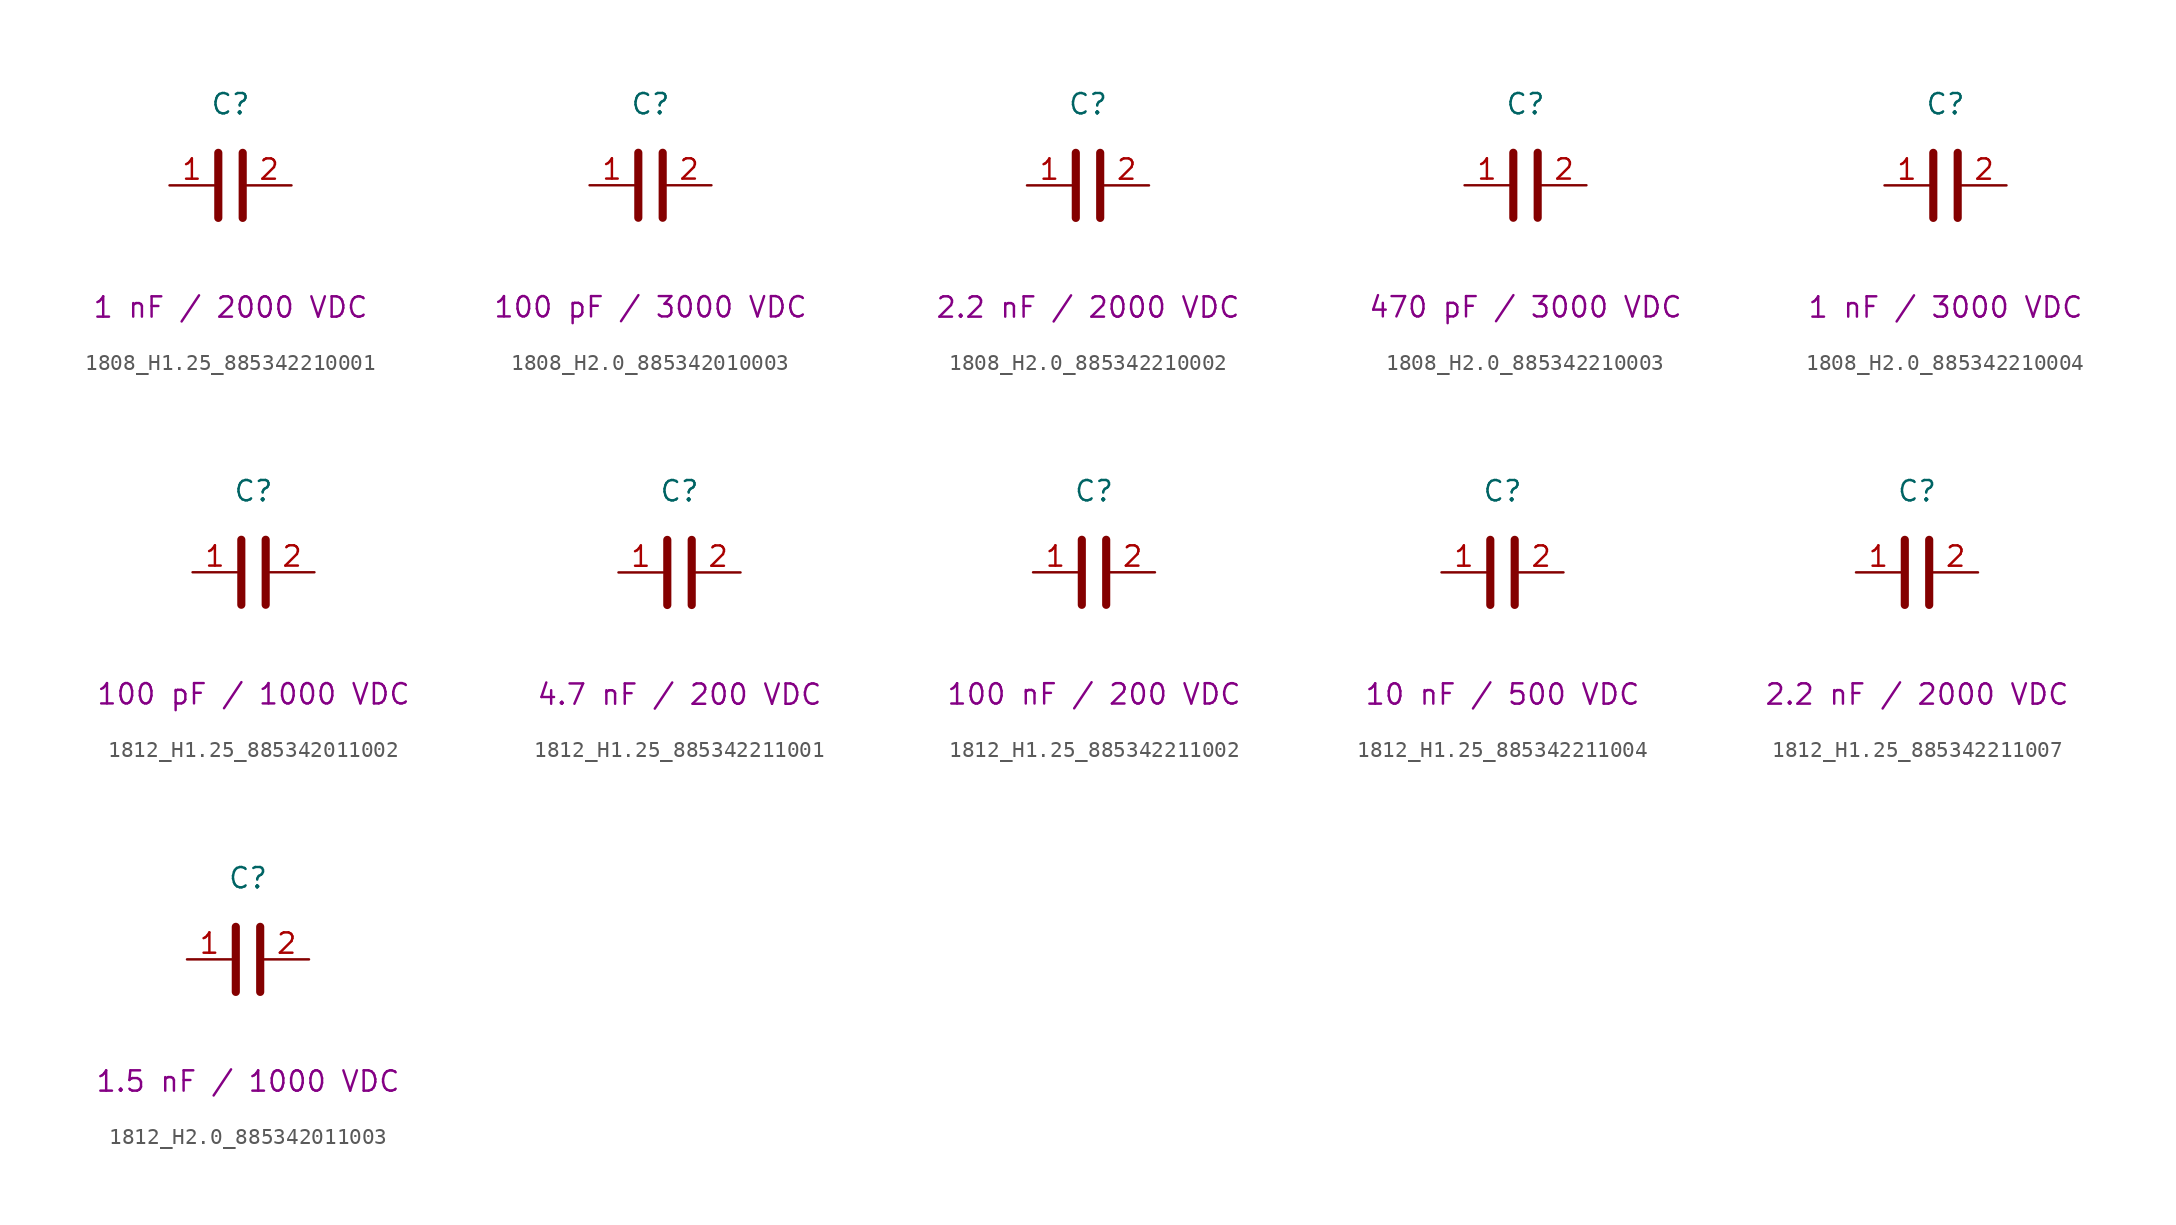
<source format=kicad_sym>
(kicad_symbol_lib
  (version 20220914)
  (generator kicad_symbol_editor)
  (symbol "1808_H1.25_885342210001"
    (pin_names hide)
    (property "Reference" "C"
      (at 0 5.08 0)
      (effects (font (size 1.27 1.27))))
    (property "Critical Parameter" "1 nF / 2000 VDC"
      (at 0 -7.62 0)
      (effects (font (size 1.27 1.27))))
    (symbol "1808_H1.25_885342210001_0_1"
      (polyline (pts (xy -0.762 -2.032) (xy -0.762 2.032)) (stroke (width 0.508) (type default)) (fill (type none)))
      (polyline (pts (xy 0.762 -2.032) (xy 0.762 2.032)) (stroke (width 0.508) (type default)) (fill (type none))))
    (symbol "1808_H1.25_885342210001_1_1"
      (pin passive line (at -3.81 0 0) (length 2.794) (name "1" (effects (font (size 1.27 1.27)))) (number "1" (effects (font (size 1.27 1.27)))))
      (pin passive line (at 3.81 0 180) (length 2.794) (name "2" (effects (font (size 1.27 1.27)))) (number "2" (effects (font (size 1.27 1.27)))))))
  (symbol "1808_H2.0_885342010003"
    (pin_names hide)
    (property "Reference" "C"
      (at 0 5.08 0)
      (effects (font (size 1.27 1.27))))
    (property "Critical Parameter" "100 pF / 3000 VDC"
      (at 0 -7.62 0)
      (effects (font (size 1.27 1.27))))
    (symbol "1808_H2.0_885342010003_0_1"
      (polyline (pts (xy -0.762 -2.032) (xy -0.762 2.032)) (stroke (width 0.508) (type default)) (fill (type none)))
      (polyline (pts (xy 0.762 -2.032) (xy 0.762 2.032)) (stroke (width 0.508) (type default)) (fill (type none))))
    (symbol "1808_H2.0_885342010003_1_1"
      (pin passive line (at -3.81 0 0) (length 2.794) (name "1" (effects (font (size 1.27 1.27)))) (number "1" (effects (font (size 1.27 1.27)))))
      (pin passive line (at 3.81 0 180) (length 2.794) (name "2" (effects (font (size 1.27 1.27)))) (number "2" (effects (font (size 1.27 1.27)))))))
  (symbol "1808_H2.0_885342210002"
    (pin_names hide)
    (property "Reference" "C"
      (at 0 5.08 0)
      (effects (font (size 1.27 1.27))))
    (property "Critical Parameter" "2.2 nF / 2000 VDC"
      (at 0 -7.62 0)
      (effects (font (size 1.27 1.27))))
    (symbol "1808_H2.0_885342210002_0_1"
      (polyline (pts (xy -0.762 -2.032) (xy -0.762 2.032)) (stroke (width 0.508) (type default)) (fill (type none)))
      (polyline (pts (xy 0.762 -2.032) (xy 0.762 2.032)) (stroke (width 0.508) (type default)) (fill (type none))))
    (symbol "1808_H2.0_885342210002_1_1"
      (pin passive line (at -3.81 0 0) (length 2.794) (name "1" (effects (font (size 1.27 1.27)))) (number "1" (effects (font (size 1.27 1.27)))))
      (pin passive line (at 3.81 0 180) (length 2.794) (name "2" (effects (font (size 1.27 1.27)))) (number "2" (effects (font (size 1.27 1.27)))))))
  (symbol "1808_H2.0_885342210003"
    (pin_names hide)
    (property "Reference" "C"
      (at 0 5.08 0)
      (effects (font (size 1.27 1.27))))
    (property "Critical Parameter" "470 pF / 3000 VDC"
      (at 0 -7.62 0)
      (effects (font (size 1.27 1.27))))
    (symbol "1808_H2.0_885342210003_0_1"
      (polyline (pts (xy -0.762 -2.032) (xy -0.762 2.032)) (stroke (width 0.508) (type default)) (fill (type none)))
      (polyline (pts (xy 0.762 -2.032) (xy 0.762 2.032)) (stroke (width 0.508) (type default)) (fill (type none))))
    (symbol "1808_H2.0_885342210003_1_1"
      (pin passive line (at -3.81 0 0) (length 2.794) (name "1" (effects (font (size 1.27 1.27)))) (number "1" (effects (font (size 1.27 1.27)))))
      (pin passive line (at 3.81 0 180) (length 2.794) (name "2" (effects (font (size 1.27 1.27)))) (number "2" (effects (font (size 1.27 1.27)))))))
  (symbol "1808_H2.0_885342210004"
    (pin_names hide)
    (property "Reference" "C"
      (at 0 5.08 0)
      (effects (font (size 1.27 1.27))))
    (property "Critical Parameter" "1 nF / 3000 VDC"
      (at 0 -7.62 0)
      (effects (font (size 1.27 1.27))))
    (symbol "1808_H2.0_885342210004_0_1"
      (polyline (pts (xy -0.762 -2.032) (xy -0.762 2.032)) (stroke (width 0.508) (type default)) (fill (type none)))
      (polyline (pts (xy 0.762 -2.032) (xy 0.762 2.032)) (stroke (width 0.508) (type default)) (fill (type none))))
    (symbol "1808_H2.0_885342210004_1_1"
      (pin passive line (at -3.81 0 0) (length 2.794) (name "1" (effects (font (size 1.27 1.27)))) (number "1" (effects (font (size 1.27 1.27)))))
      (pin passive line (at 3.81 0 180) (length 2.794) (name "2" (effects (font (size 1.27 1.27)))) (number "2" (effects (font (size 1.27 1.27)))))))
  (symbol "1812_H1.25_885342011002"
    (pin_names hide)
    (property "Reference" "C"
      (at 0 5.08 0)
      (effects (font (size 1.27 1.27))))
    (property "Critical Parameter" "100 pF / 1000 VDC"
      (at 0 -7.62 0)
      (effects (font (size 1.27 1.27))))
    (symbol "1812_H1.25_885342011002_0_1"
      (polyline (pts (xy -0.762 -2.032) (xy -0.762 2.032)) (stroke (width 0.508) (type default)) (fill (type none)))
      (polyline (pts (xy 0.762 -2.032) (xy 0.762 2.032)) (stroke (width 0.508) (type default)) (fill (type none))))
    (symbol "1812_H1.25_885342011002_1_1"
      (pin passive line (at -3.81 0 0) (length 2.794) (name "1" (effects (font (size 1.27 1.27)))) (number "1" (effects (font (size 1.27 1.27)))))
      (pin passive line (at 3.81 0 180) (length 2.794) (name "2" (effects (font (size 1.27 1.27)))) (number "2" (effects (font (size 1.27 1.27)))))))
  (symbol "1812_H1.25_885342211001"
    (pin_names hide)
    (property "Reference" "C"
      (at 0 5.08 0)
      (effects (font (size 1.27 1.27))))
    (property "Critical Parameter" "4.7 nF / 200 VDC"
      (at 0 -7.62 0)
      (effects (font (size 1.27 1.27))))
    (symbol "1812_H1.25_885342211001_0_1"
      (polyline (pts (xy -0.762 -2.032) (xy -0.762 2.032)) (stroke (width 0.508) (type default)) (fill (type none)))
      (polyline (pts (xy 0.762 -2.032) (xy 0.762 2.032)) (stroke (width 0.508) (type default)) (fill (type none))))
    (symbol "1812_H1.25_885342211001_1_1"
      (pin passive line (at -3.81 0 0) (length 2.794) (name "1" (effects (font (size 1.27 1.27)))) (number "1" (effects (font (size 1.27 1.27)))))
      (pin passive line (at 3.81 0 180) (length 2.794) (name "2" (effects (font (size 1.27 1.27)))) (number "2" (effects (font (size 1.27 1.27)))))))
  (symbol "1812_H1.25_885342211002"
    (pin_names hide)
    (property "Reference" "C"
      (at 0 5.08 0)
      (effects (font (size 1.27 1.27))))
    (property "Critical Parameter" "100 nF / 200 VDC"
      (at 0 -7.62 0)
      (effects (font (size 1.27 1.27))))
    (symbol "1812_H1.25_885342211002_0_1"
      (polyline (pts (xy -0.762 -2.032) (xy -0.762 2.032)) (stroke (width 0.508) (type default)) (fill (type none)))
      (polyline (pts (xy 0.762 -2.032) (xy 0.762 2.032)) (stroke (width 0.508) (type default)) (fill (type none))))
    (symbol "1812_H1.25_885342211002_1_1"
      (pin passive line (at -3.81 0 0) (length 2.794) (name "1" (effects (font (size 1.27 1.27)))) (number "1" (effects (font (size 1.27 1.27)))))
      (pin passive line (at 3.81 0 180) (length 2.794) (name "2" (effects (font (size 1.27 1.27)))) (number "2" (effects (font (size 1.27 1.27)))))))
  (symbol "1812_H1.25_885342211004"
    (pin_names hide)
    (property "Reference" "C"
      (at 0 5.08 0)
      (effects (font (size 1.27 1.27))))
    (property "Critical Parameter" "10 nF / 500 VDC"
      (at 0 -7.62 0)
      (effects (font (size 1.27 1.27))))
    (symbol "1812_H1.25_885342211004_0_1"
      (polyline (pts (xy -0.762 -2.032) (xy -0.762 2.032)) (stroke (width 0.508) (type default)) (fill (type none)))
      (polyline (pts (xy 0.762 -2.032) (xy 0.762 2.032)) (stroke (width 0.508) (type default)) (fill (type none))))
    (symbol "1812_H1.25_885342211004_1_1"
      (pin passive line (at -3.81 0 0) (length 2.794) (name "1" (effects (font (size 1.27 1.27)))) (number "1" (effects (font (size 1.27 1.27)))))
      (pin passive line (at 3.81 0 180) (length 2.794) (name "2" (effects (font (size 1.27 1.27)))) (number "2" (effects (font (size 1.27 1.27)))))))
  (symbol "1812_H1.25_885342211007"
    (pin_names hide)
    (property "Reference" "C"
      (at 0 5.08 0)
      (effects (font (size 1.27 1.27))))
    (property "Critical Parameter" "2.2 nF / 2000 VDC"
      (at 0 -7.62 0)
      (effects (font (size 1.27 1.27))))
    (symbol "1812_H1.25_885342211007_0_1"
      (polyline (pts (xy -0.762 -2.032) (xy -0.762 2.032)) (stroke (width 0.508) (type default)) (fill (type none)))
      (polyline (pts (xy 0.762 -2.032) (xy 0.762 2.032)) (stroke (width 0.508) (type default)) (fill (type none))))
    (symbol "1812_H1.25_885342211007_1_1"
      (pin passive line (at -3.81 0 0) (length 2.794) (name "1" (effects (font (size 1.27 1.27)))) (number "1" (effects (font (size 1.27 1.27)))))
      (pin passive line (at 3.81 0 180) (length 2.794) (name "2" (effects (font (size 1.27 1.27)))) (number "2" (effects (font (size 1.27 1.27)))))))
  (symbol "1812_H2.0_885342011003"
    (pin_names hide)
    (property "Reference" "C"
      (at 0 5.08 0)
      (effects (font (size 1.27 1.27))))
    (property "Critical Parameter" "1.5 nF / 1000 VDC"
      (at 0 -7.62 0)
      (effects (font (size 1.27 1.27))))
    (symbol "1812_H2.0_885342011003_0_1"
      (polyline (pts (xy -0.762 -2.032) (xy -0.762 2.032)) (stroke (width 0.508) (type default)) (fill (type none)))
      (polyline (pts (xy 0.762 -2.032) (xy 0.762 2.032)) (stroke (width 0.508) (type default)) (fill (type none))))
    (symbol "1812_H2.0_885342011003_1_1"
      (pin passive line (at -3.81 0 0) (length 2.794) (name "1" (effects (font (size 1.27 1.27)))) (number "1" (effects (font (size 1.27 1.27)))))
      (pin passive line (at 3.81 0 180) (length 2.794) (name "2" (effects (font (size 1.27 1.27)))) (number "2" (effects (font (size 1.27 1.27))))))))
</source>
